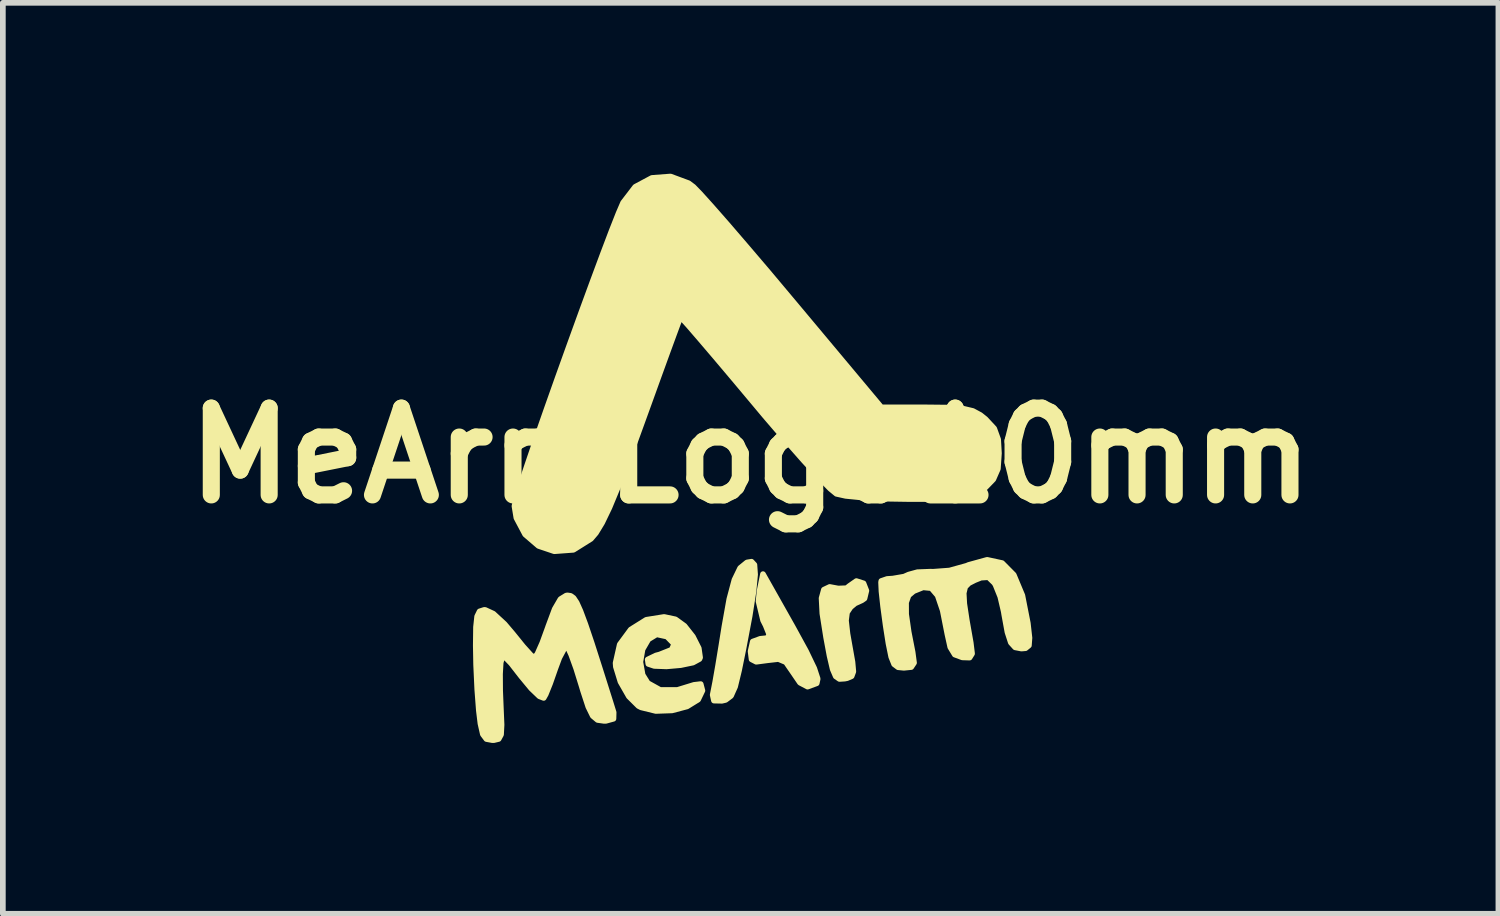
<source format=kicad_pcb>
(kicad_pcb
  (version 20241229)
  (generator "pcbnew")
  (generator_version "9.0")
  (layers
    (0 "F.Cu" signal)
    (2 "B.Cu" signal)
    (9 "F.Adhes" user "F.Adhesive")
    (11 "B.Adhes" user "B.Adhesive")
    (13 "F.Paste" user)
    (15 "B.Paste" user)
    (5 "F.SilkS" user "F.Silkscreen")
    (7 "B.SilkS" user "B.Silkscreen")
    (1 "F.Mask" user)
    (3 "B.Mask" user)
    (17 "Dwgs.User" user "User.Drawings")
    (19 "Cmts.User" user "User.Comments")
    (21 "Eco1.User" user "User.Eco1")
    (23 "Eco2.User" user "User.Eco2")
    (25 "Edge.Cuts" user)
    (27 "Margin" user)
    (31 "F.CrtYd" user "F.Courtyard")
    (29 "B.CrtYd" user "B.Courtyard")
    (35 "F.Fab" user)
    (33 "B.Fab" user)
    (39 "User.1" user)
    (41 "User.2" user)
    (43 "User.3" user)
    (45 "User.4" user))
  (footprint "MeArmLogo10mm"
    (layer "F.Cu")
    (at 10.131 4.951)
    (property "Reference" "MeArmLogo10mm" (at 0 0 0) (layer "F.SilkS") (effects (font (size 1.524 1.524) (thickness 0.3))))
    (attr through_hole)
    (fp_poly (pts (xy 0.078 2.087) (xy 0.05 2.384) (xy -0.018 2.818) (xy -0.128 3.399) (xy -0.203 3.768) (xy -0.273 4.057) (xy -0.345 4.218) (xy -0.44 4.289) (xy -0.504 4.304) (xy -0.644 4.301) (xy -0.666 4.201) (xy -0.653 4.135) (xy -0.621 3.972) (xy -0.571 3.686) (xy -0.511 3.32) (xy -0.461 3.006) (xy -0.374 2.519) (xy -0.284 2.181) (xy -0.184 1.974) (xy -0.064 1.876) (xy 0.016 1.863) (xy 0.066 1.917) (xy 0.078 2.087)) (stroke (width 0.1) (type solid)) (fill yes) (layer "F.SilkS"))
    (fp_poly (pts (xy 1.177 3.919) (xy 1.16 3.997) (xy 1 4.056) (xy 0.867 3.986) (xy 0.74 3.8) (xy 0.62 3.626) (xy 0.488 3.571) (xy 0.295 3.593) (xy 0.098 3.619) (xy 0.017 3.577) (xy 0.000012 3.441) (xy 0 3.433) (xy 0.038 3.265) (xy 0.169 3.217) (xy 0.298 3.204) (xy 0.327 3.139) (xy 0.264 2.981) (xy 0.219 2.892) (xy 0.139 2.558) (xy 0.158 2.371) (xy 0.217 2.081) (xy 0.739 3.007) (xy 0.973 3.435) (xy 1.117 3.735) (xy 1.177 3.919)) (stroke (width 0.1) (type solid)) (fill yes) (layer "F.SilkS"))
    (fp_poly (pts (xy 2.032 2.371) (xy 1.999 2.508) (xy 1.953 2.54) (xy 1.834 2.594) (xy 1.754 2.661) (xy 1.692 2.754) (xy 1.674 2.895) (xy 1.7 3.127) (xy 1.736 3.331) (xy 1.788 3.624) (xy 1.803 3.792) (xy 1.773 3.873) (xy 1.693 3.907) (xy 1.651 3.915) (xy 1.56 3.921) (xy 1.495 3.876) (xy 1.441 3.75) (xy 1.386 3.514) (xy 1.325 3.187) (xy 1.26 2.773) (xy 1.246 2.503) (xy 1.287 2.354) (xy 1.388 2.306) (xy 1.538 2.334) (xy 1.686 2.328) (xy 1.734 2.289) (xy 1.857 2.203) (xy 1.982 2.243) (xy 2.032 2.371)) (stroke (width 0.1) (type solid)) (fill yes) (layer "F.SilkS"))
    (fp_poly (pts (xy -0.847 4.126) (xy -0.922 4.283) (xy -1.116 4.403) (xy -1.38 4.473) (xy -1.665 4.483) (xy -1.922 4.42) (xy -1.969 4.396) (xy -2.138 4.228) (xy -2.285 3.971) (xy -2.366 3.707) (xy -2.371 3.641) (xy -2.298 3.316) (xy -2.105 3.054) (xy -1.832 2.883) (xy -1.519 2.833) (xy -1.321 2.875) (xy -1.162 2.99) (xy -1.014 3.178) (xy -0.911 3.382) (xy -0.888 3.545) (xy -0.899 3.571) (xy -1.013 3.633) (xy -1.229 3.678) (xy -1.478 3.7) (xy -1.692 3.692) (xy -1.796 3.657) (xy -1.807 3.58) (xy -1.663 3.51) (xy -1.599 3.493) (xy -1.386 3.408) (xy -1.341 3.307) (xy -1.461 3.184) (xy -1.475 3.175) (xy -1.651 3.137) (xy -1.797 3.226) (xy -1.898 3.401) (xy -1.937 3.623) (xy -1.897 3.849) (xy -1.807 3.994) (xy -1.589 4.115) (xy -1.285 4.115) (xy -0.995 4.026) (xy -0.877 4.012) (xy -0.847 4.126)) (stroke (width 0.1) (type solid)) (fill yes) (layer "F.SilkS"))
    (fp_poly (pts (xy 4.896 3.2) (xy 4.886 3.333) (xy 4.827 3.381) (xy 4.755 3.387) (xy 4.645 3.366) (xy 4.569 3.282) (xy 4.51 3.1) (xy 4.453 2.788) (xy 4.445 2.738) (xy 4.384 2.477) (xy 4.3 2.268) (xy 4.279 2.234) (xy 4.176 2.134) (xy 4.045 2.142) (xy 3.936 2.186) (xy 3.832 2.239) (xy 3.767 2.305) (xy 3.741 2.414) (xy 3.751 2.599) (xy 3.795 2.89) (xy 3.865 3.288) (xy 3.888 3.477) (xy 3.845 3.546) (xy 3.717 3.542) (xy 3.585 3.493) (xy 3.506 3.363) (xy 3.455 3.133) (xy 3.373 2.718) (xy 3.284 2.455) (xy 3.174 2.326) (xy 3.028 2.312) (xy 2.862 2.379) (xy 2.773 2.454) (xy 2.729 2.579) (xy 2.73 2.784) (xy 2.775 3.098) (xy 2.844 3.45) (xy 2.869 3.638) (xy 2.82 3.712) (xy 2.691 3.725) (xy 2.59 3.715) (xy 2.52 3.662) (xy 2.469 3.534) (xy 2.421 3.298) (xy 2.372 2.985) (xy 2.327 2.65) (xy 2.298 2.383) (xy 2.291 2.226) (xy 2.295 2.201) (xy 2.397 2.166) (xy 2.498 2.159) (xy 2.695 2.125) (xy 2.776 2.089) (xy 2.929 2.047) (xy 3.161 2.038) (xy 3.199 2.04) (xy 3.493 2.018) (xy 3.795 1.934) (xy 3.827 1.92) (xy 4.153 1.83) (xy 4.416 1.887) (xy 4.62 2.093) (xy 4.771 2.454) (xy 4.867 2.942) (xy 4.896 3.2)) (stroke (width 0.1) (type solid)) (fill yes) (layer "F.SilkS"))
    (fp_poly (pts (xy -2.406 4.508) (xy -2.409 4.62) (xy -2.54 4.656) (xy -2.573 4.657) (xy -2.687 4.641) (xy -2.772 4.57) (xy -2.85 4.411) (xy -2.942 4.13) (xy -2.968 4.043) (xy -3.063 3.737) (xy -3.15 3.496) (xy -3.21 3.365) (xy -3.216 3.358) (xy -3.275 3.391) (xy -3.36 3.55) (xy -3.43 3.739) (xy -3.521 3.999) (xy -3.598 4.19) (xy -3.634 4.254) (xy -3.709 4.225) (xy -3.852 4.088) (xy -4.026 3.878) (xy -4.205 3.648) (xy -4.309 3.54) (xy -4.362 3.539) (xy -4.388 3.629) (xy -4.39 3.643) (xy -4.401 3.834) (xy -4.399 4.126) (xy -4.387 4.422) (xy -4.374 4.726) (xy -4.383 4.898) (xy -4.425 4.975) (xy -4.509 4.995) (xy -4.536 4.995) (xy -4.639 4.976) (xy -4.702 4.892) (xy -4.744 4.705) (xy -4.772 4.475) (xy -4.8 4.106) (xy -4.82 3.672) (xy -4.826 3.332) (xy -4.822 3.01) (xy -4.802 2.823) (xy -4.759 2.735) (xy -4.681 2.71) (xy -4.663 2.709) (xy -4.518 2.776) (xy -4.322 2.957) (xy -4.176 3.129) (xy -3.999 3.348) (xy -3.86 3.502) (xy -3.796 3.552) (xy -3.743 3.48) (xy -3.658 3.288) (xy -3.559 3.016) (xy -3.556 3.006) (xy -3.44 2.694) (xy -3.339 2.52) (xy -3.237 2.457) (xy -3.213 2.455) (xy -3.16 2.463) (xy -3.11 2.499) (xy -3.055 2.582) (xy -2.989 2.729) (xy -2.903 2.96) (xy -2.791 3.292) (xy -2.646 3.745) (xy -2.459 4.337) (xy -2.406 4.508)) (stroke (width 0.1) (type solid)) (fill yes) (layer "F.SilkS"))
    (fp_poly (pts (xy 4.36 -0.042) (xy 4.341 0.232) (xy 4.261 0.415) (xy 4.123 0.558) (xy 4.015 0.642) (xy 3.9 0.699) (xy 3.745 0.735) (xy 3.516 0.753) (xy 3.179 0.761) (xy 2.793 0.762) (xy 2.35 0.755) (xy 1.963 0.735) (xy 1.67 0.706) (xy 1.508 0.67) (xy 1.507 0.67) (xy 1.398 0.58) (xy 1.201 0.379) (xy 0.932 0.086) (xy 0.61 -0.279) (xy 0.253 -0.695) (xy 0.049 -0.939) (xy -0.309 -1.366) (xy -0.629 -1.745) (xy -0.896 -2.058) (xy -1.094 -2.287) (xy -1.209 -2.414) (xy -1.232 -2.434) (xy -1.264 -2.352) (xy -1.345 -2.133) (xy -1.467 -1.8) (xy -1.621 -1.376) (xy -1.799 -0.883) (xy -1.904 -0.593) (xy -2.136 0.045) (xy -2.326 0.54) (xy -2.48 0.912) (xy -2.608 1.178) (xy -2.717 1.358) (xy -2.804 1.46) (xy -3.112 1.653) (xy -3.448 1.678) (xy -3.724 1.585) (xy -3.959 1.383) (xy -4.113 1.093) (xy -4.147 0.886) (xy -4.12 0.771) (xy -4.041 0.521) (xy -3.92 0.16) (xy -3.766 -0.291) (xy -3.586 -0.806) (xy -3.389 -1.362) (xy -3.183 -1.936) (xy -2.977 -2.505) (xy -2.779 -3.045) (xy -2.598 -3.532) (xy -2.442 -3.944) (xy -2.319 -4.256) (xy -2.239 -4.442) (xy -2.026 -4.72) (xy -1.734 -4.876) (xy -1.407 -4.901) (xy -1.091 -4.784) (xy -1.005 -4.72) (xy -0.894 -4.606) (xy -0.691 -4.381) (xy -0.412 -4.063) (xy -0.075 -3.671) (xy 0.306 -3.224) (xy 0.713 -2.739) (xy 0.756 -2.688) (xy 2.296 -0.847) (xy 3.09 -0.847) (xy 3.473 -0.843) (xy 3.729 -0.825) (xy 3.902 -0.784) (xy 4.034 -0.713) (xy 4.123 -0.642) (xy 4.277 -0.476) (xy 4.346 -0.285) (xy 4.36 -0.042)) (stroke (width 0.1) (type solid)) (fill yes) (layer "F.SilkS")))
  (gr_rect
    (start -3 -3)
    (end 23.262 12.996)
    (stroke (width 0.1) (type default))
    (fill no)
    (layer "Edge.Cuts")))
</source>
